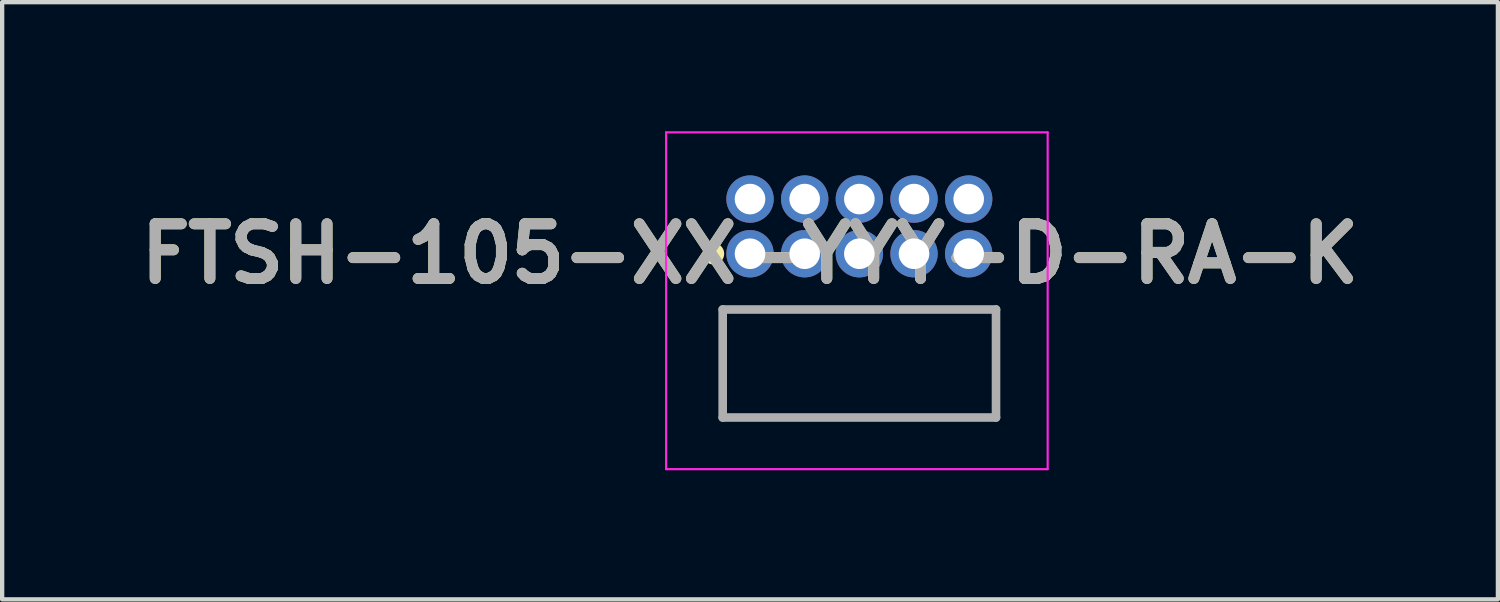
<source format=kicad_pcb>
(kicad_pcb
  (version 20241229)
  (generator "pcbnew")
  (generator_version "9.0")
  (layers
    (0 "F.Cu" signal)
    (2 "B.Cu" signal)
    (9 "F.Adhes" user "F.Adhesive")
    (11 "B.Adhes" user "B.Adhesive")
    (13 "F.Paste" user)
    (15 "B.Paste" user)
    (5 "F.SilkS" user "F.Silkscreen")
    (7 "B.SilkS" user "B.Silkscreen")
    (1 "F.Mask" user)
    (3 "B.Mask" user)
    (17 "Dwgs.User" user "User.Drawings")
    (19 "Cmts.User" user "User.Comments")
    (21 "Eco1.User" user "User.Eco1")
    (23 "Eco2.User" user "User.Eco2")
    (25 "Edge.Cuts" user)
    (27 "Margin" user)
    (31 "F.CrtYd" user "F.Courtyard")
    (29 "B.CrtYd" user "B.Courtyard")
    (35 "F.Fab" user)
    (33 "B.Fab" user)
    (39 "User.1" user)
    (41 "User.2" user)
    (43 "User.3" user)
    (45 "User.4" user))
  (footprint "FTSH-105-XX-YYY-D-RA-K"
    (layer "F.Cu")
    (at 14.375 2.845)
    (property "Reference" "FTSH-105-XX-YYY-D-RA-K" (at 0 0 0) (layer "F.SilkS") (effects (font (size 1.27 1.27) (thickness 0.254))))
    (attr through_hole)
    (fp_line (start -0.635 1.295) (end 5.715 1.295) (stroke (width 0.1) (type solid)) (layer "F.SilkS"))
    (fp_line (start -0.635 3.805) (end -0.635 1.295) (stroke (width 0.1) (type solid)) (layer "F.SilkS"))
    (fp_line (start 5.715 1.295) (end 5.715 3.805) (stroke (width 0.1) (type solid)) (layer "F.SilkS"))
    (fp_line (start 5.715 3.805) (end -0.635 3.805) (stroke (width 0.1) (type solid)) (layer "F.SilkS"))
    (fp_circle (center -0.85 0) (end -0.85 0.05) (stroke (width 0.2) (type solid)) (fill no) (layer "F.SilkS"))
    (fp_line (start -1.95 -2.82) (end 6.915 -2.82) (stroke (width 0.05) (type solid)) (layer "F.CrtYd"))
    (fp_line (start -1.95 5.005) (end -1.95 -2.82) (stroke (width 0.05) (type solid)) (layer "F.CrtYd"))
    (fp_line (start 6.915 -2.82) (end 6.915 5.005) (stroke (width 0.05) (type solid)) (layer "F.CrtYd"))
    (fp_line (start 6.915 5.005) (end -1.95 5.005) (stroke (width 0.05) (type solid)) (layer "F.CrtYd"))
    (fp_line (start -0.635 1.295) (end 5.715 1.295) (stroke (width 0.2) (type solid)) (layer "F.Fab"))
    (fp_line (start -0.635 3.805) (end -0.635 1.295) (stroke (width 0.2) (type solid)) (layer "F.Fab"))
    (fp_line (start 5.715 1.295) (end 5.715 3.805) (stroke (width 0.2) (type solid)) (layer "F.Fab"))
    (fp_line (start 5.715 3.805) (end -0.635 3.805) (stroke (width 0.2) (type solid)) (layer "F.Fab"))
    (fp_text user "${REFERENCE}" (at 0 0 0) (layer "F.Fab") (effects (font (size 1.27 1.27) (thickness 0.254))))
    (pad "1" thru_hole circle (at 0 0) (size 1.1 1.1) (drill 0.71) (layers "*.Cu" "*.Mask"))
    (pad "2" thru_hole circle (at 0 -1.27) (size 1.1 1.1) (drill 0.71) (layers "*.Cu" "*.Mask"))
    (pad "3" thru_hole circle (at 1.27 0) (size 1.1 1.1) (drill 0.71) (layers "*.Cu" "*.Mask"))
    (pad "4" thru_hole circle (at 1.27 -1.27) (size 1.1 1.1) (drill 0.71) (layers "*.Cu" "*.Mask"))
    (pad "5" thru_hole circle (at 2.54 0) (size 1.1 1.1) (drill 0.71) (layers "*.Cu" "*.Mask"))
    (pad "6" thru_hole circle (at 2.54 -1.27) (size 1.1 1.1) (drill 0.71) (layers "*.Cu" "*.Mask"))
    (pad "7" thru_hole circle (at 3.81 0) (size 1.1 1.1) (drill 0.71) (layers "*.Cu" "*.Mask"))
    (pad "8" thru_hole circle (at 3.81 -1.27) (size 1.1 1.1) (drill 0.71) (layers "*.Cu" "*.Mask"))
    (pad "9" thru_hole circle (at 5.08 0) (size 1.1 1.1) (drill 0.71) (layers "*.Cu" "*.Mask"))
    (pad "10" thru_hole circle (at 5.08 -1.27) (size 1.1 1.1) (drill 0.71) (layers "*.Cu" "*.Mask")))
  (gr_rect
    (start -3 -3)
    (end 31.75 10.875)
    (stroke (width 0.1) (type default))
    (fill no)
    (layer "Edge.Cuts")))
</source>
